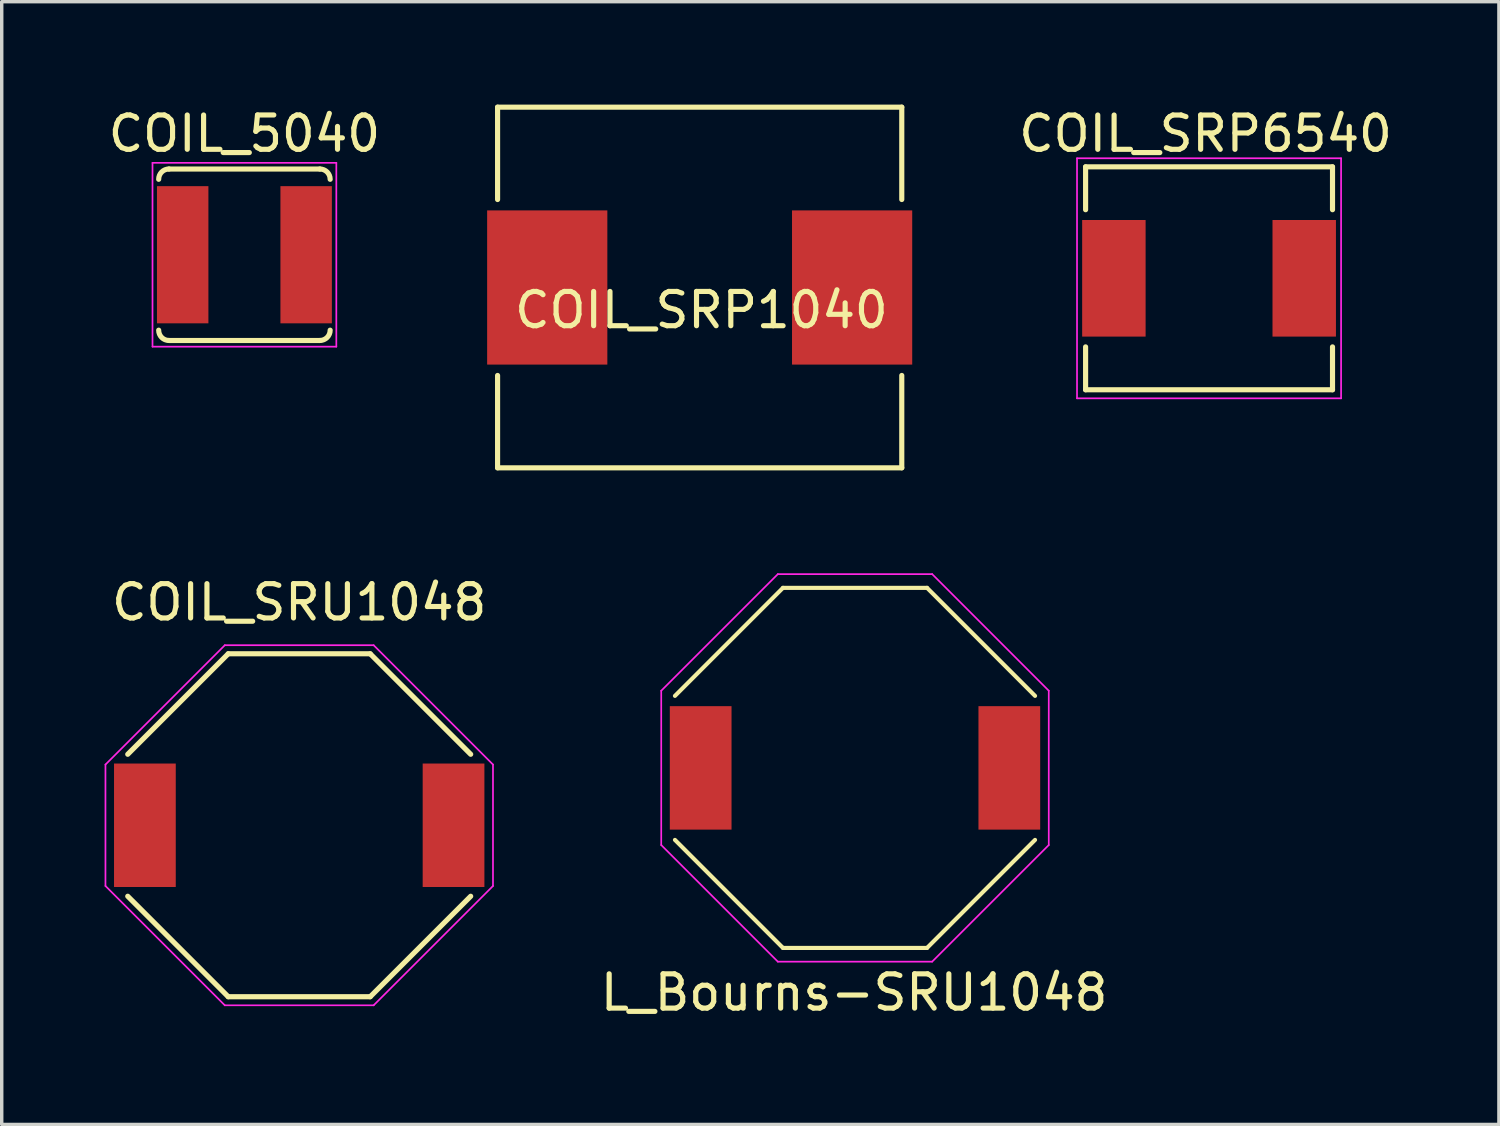
<source format=kicad_pcb>
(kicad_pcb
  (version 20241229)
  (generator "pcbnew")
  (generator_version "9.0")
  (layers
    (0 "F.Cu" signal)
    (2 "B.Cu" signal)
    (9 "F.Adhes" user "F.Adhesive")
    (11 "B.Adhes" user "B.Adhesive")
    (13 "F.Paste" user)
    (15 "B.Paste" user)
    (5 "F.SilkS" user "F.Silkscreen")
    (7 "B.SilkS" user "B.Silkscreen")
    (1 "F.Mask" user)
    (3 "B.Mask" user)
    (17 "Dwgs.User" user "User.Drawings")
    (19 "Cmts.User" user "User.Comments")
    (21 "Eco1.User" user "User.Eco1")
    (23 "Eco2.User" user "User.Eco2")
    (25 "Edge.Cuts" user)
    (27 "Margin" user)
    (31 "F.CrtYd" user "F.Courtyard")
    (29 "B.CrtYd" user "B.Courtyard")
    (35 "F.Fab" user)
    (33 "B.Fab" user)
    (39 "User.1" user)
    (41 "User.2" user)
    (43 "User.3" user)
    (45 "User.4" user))
  (footprint "COIL_SRU1048"
    (layer "F.Cu")
    (at 5.675 21.014)
    (property "Reference" "COIL_SRU1048" (at 0 -6.5 0) (layer "F.SilkS") (effects (font (size 1 1) (thickness 0.15))))
    (attr through_hole)
    (fp_line (start -5 2.07) (end -2.07 5) (stroke (width 0.15) (type solid)) (layer "F.SilkS"))
    (fp_line (start -2.07 -5) (end -5 -2.07) (stroke (width 0.15) (type solid)) (layer "F.SilkS"))
    (fp_line (start -2.07 -5) (end 2.07 -5) (stroke (width 0.15) (type solid)) (layer "F.SilkS"))
    (fp_line (start -2.07 5) (end 2.07 5) (stroke (width 0.15) (type solid)) (layer "F.SilkS"))
    (fp_line (start 2.07 -5) (end 5 -2.07) (stroke (width 0.15) (type solid)) (layer "F.SilkS"))
    (fp_line (start 5 2.07) (end 2.07 5) (stroke (width 0.15) (type solid)) (layer "F.SilkS"))
    (fp_line (start -5.65 -1.77) (end -5.65 1.77) (stroke (width 0.05) (type solid)) (layer "F.CrtYd"))
    (fp_line (start -5.65 1.77) (end -2.17 5.25) (stroke (width 0.05) (type solid)) (layer "F.CrtYd"))
    (fp_line (start -2.17 -5.25) (end -5.65 -1.77) (stroke (width 0.05) (type solid)) (layer "F.CrtYd"))
    (fp_line (start -2.17 5.25) (end 2.17 5.25) (stroke (width 0.05) (type solid)) (layer "F.CrtYd"))
    (fp_line (start 2.17 -5.25) (end -2.17 -5.25) (stroke (width 0.05) (type solid)) (layer "F.CrtYd"))
    (fp_line (start 2.17 -5.25) (end 5.65 -1.77) (stroke (width 0.05) (type solid)) (layer "F.CrtYd"))
    (fp_line (start 2.17 5.25) (end 5.65 1.77) (stroke (width 0.05) (type solid)) (layer "F.CrtYd"))
    (fp_line (start 5.65 1.77) (end 5.65 -1.77) (stroke (width 0.05) (type solid)) (layer "F.CrtYd"))
    (pad "1" smd rect (at -4.5 0) (size 1.8 3.6) (layers "F.Cu" "F.Mask" "F.Paste"))
    (pad "2" smd rect (at 4.5 0) (size 1.8 3.6) (layers "F.Cu" "F.Mask" "F.Paste")))
  (footprint "COIL_SRP1040"
    (layer "F.Cu")
    (at 17.352 5.333)
    (property "Reference" "COIL_SRP1040" (at 0.051 0.66 0) (layer "F.SilkS") (effects (font (size 1 1) (thickness 0.15))))
    (attr through_hole)
    (fp_line (start -5.893 -5.258) (end -5.893 -2.565) (stroke (width 0.15) (type solid)) (layer "F.SilkS"))
    (fp_line (start -5.893 -5.258) (end 5.893 -5.258) (stroke (width 0.15) (type solid)) (layer "F.SilkS"))
    (fp_line (start -5.893 2.565) (end -5.893 5.258) (stroke (width 0.15) (type solid)) (layer "F.SilkS"))
    (fp_line (start -5.893 5.258) (end 5.893 5.258) (stroke (width 0.15) (type solid)) (layer "F.SilkS"))
    (fp_line (start 5.893 -5.258) (end 5.893 -2.565) (stroke (width 0.15) (type solid)) (layer "F.SilkS"))
    (fp_line (start 5.893 2.565) (end 5.893 5.258) (stroke (width 0.15) (type solid)) (layer "F.SilkS"))
    (pad "1" smd rect (at -4.445 0) (size 3.505 4.496) (layers "F.Cu" "F.Mask" "F.Paste"))
    (pad "2" smd rect (at 4.445 0) (size 3.505 4.496) (layers "F.Cu" "F.Mask" "F.Paste")))
  (footprint "L_Bourns-SRU1048"
    (layer "F.Cu")
    (at 21.881 19.341)
    (property "Reference" "L_Bourns-SRU1048" (at -0.025 6.55 0) (layer "F.SilkS") (effects (font (size 1 1) (thickness 0.15))))
    (attr smd)
    (fp_line (start -5.25 2.1) (end -2.1 5.25) (stroke (width 0.12) (type solid)) (layer "F.SilkS"))
    (fp_line (start -2.1 -5.25) (end -5.25 -2.1) (stroke (width 0.12) (type solid)) (layer "F.SilkS"))
    (fp_line (start -2.1 -5.25) (end 2.1 -5.25) (stroke (width 0.12) (type solid)) (layer "F.SilkS"))
    (fp_line (start 2.1 5.25) (end -2.1 5.25) (stroke (width 0.12) (type solid)) (layer "F.SilkS"))
    (fp_line (start 2.1 5.25) (end 5.25 2.1) (stroke (width 0.12) (type solid)) (layer "F.SilkS"))
    (fp_line (start 5.25 -2.1) (end 2.1 -5.25) (stroke (width 0.12) (type solid)) (layer "F.SilkS"))
    (fp_line (start -5.65 -2.25) (end -5.65 2.25) (stroke (width 0.05) (type solid)) (layer "F.CrtYd"))
    (fp_line (start -5.65 -2.25) (end -2.25 -5.65) (stroke (width 0.05) (type solid)) (layer "F.CrtYd"))
    (fp_line (start -5.65 2.25) (end -2.25 5.65) (stroke (width 0.05) (type solid)) (layer "F.CrtYd"))
    (fp_line (start -2.25 -5.65) (end 2.25 -5.65) (stroke (width 0.05) (type solid)) (layer "F.CrtYd"))
    (fp_line (start -2.25 5.65) (end 2.25 5.65) (stroke (width 0.05) (type solid)) (layer "F.CrtYd"))
    (fp_line (start 2.25 5.65) (end 5.65 2.25) (stroke (width 0.05) (type solid)) (layer "F.CrtYd"))
    (fp_line (start 5.65 -2.25) (end 2.25 -5.65) (stroke (width 0.05) (type solid)) (layer "F.CrtYd"))
    (fp_line (start 5.65 -2.25) (end 5.65 2.25) (stroke (width 0.05) (type solid)) (layer "F.CrtYd"))
    (pad "1" smd rect (at -4.5 0) (size 1.8 3.6) (layers "F.Cu" "F.Mask" "F.Paste"))
    (pad "2" smd rect (at 4.5 0) (size 1.8 3.6) (layers "F.Cu" "F.Mask" "F.Paste")))
  (footprint "COIL_SRP6540"
    (layer "F.Cu")
    (at 32.205 5.065)
    (property "Reference" "COIL_SRP6540" (at -0.102 -4.216 0) (layer "F.SilkS") (effects (font (size 1 1) (thickness 0.15))))
    (attr through_hole)
    (fp_line (start -3.6 -3.25) (end -3.6 -2) (stroke (width 0.15) (type solid)) (layer "F.SilkS"))
    (fp_line (start -3.6 -3.25) (end 3.6 -3.25) (stroke (width 0.15) (type solid)) (layer "F.SilkS"))
    (fp_line (start -3.6 2) (end -3.6 3.25) (stroke (width 0.15) (type solid)) (layer "F.SilkS"))
    (fp_line (start -3.6 3.25) (end 3.6 3.25) (stroke (width 0.15) (type solid)) (layer "F.SilkS"))
    (fp_line (start 3.6 -2) (end 3.6 -3.25) (stroke (width 0.15) (type solid)) (layer "F.SilkS"))
    (fp_line (start 3.6 2) (end 3.6 3.25) (stroke (width 0.15) (type solid)) (layer "F.SilkS"))
    (fp_line (start -3.85 -3.5) (end -3.85 3.5) (stroke (width 0.05) (type solid)) (layer "F.CrtYd"))
    (fp_line (start -3.85 3.5) (end 3.85 3.5) (stroke (width 0.05) (type solid)) (layer "F.CrtYd"))
    (fp_line (start 3.85 -3.5) (end -3.85 -3.5) (stroke (width 0.05) (type solid)) (layer "F.CrtYd"))
    (fp_line (start 3.85 3.5) (end 3.85 -3.5) (stroke (width 0.05) (type solid)) (layer "F.CrtYd"))
    (pad "1" smd rect (at -2.775 0) (size 1.85 3.4) (layers "F.Cu" "F.Mask" "F.Paste"))
    (pad "2" smd rect (at 2.775 0) (size 1.85 3.4) (layers "F.Cu" "F.Mask" "F.Paste")))
  (footprint "COIL_5040"
    (layer "F.Cu")
    (at 4.077 4.378)
    (property "Reference" "COIL_5040" (at 0 -3.53 0) (layer "F.SilkS") (effects (font (size 1 1) (thickness 0.15))))
    (attr through_hole)
    (fp_line (start -2.2 -2.5) (end 2.2 -2.5) (stroke (width 0.15) (type solid)) (layer "F.SilkS"))
    (fp_line (start -2.2 2.5) (end 2.2 2.5) (stroke (width 0.15) (type solid)) (layer "F.SilkS"))
    (fp_arc (start -2.5 -2.2) (mid -2.412132 -2.412132) (end -2.2 -2.5) (stroke (width 0.15) (type solid)) (layer "F.SilkS"))
    (fp_arc (start -2.2 2.5) (mid -2.412132 2.412132) (end -2.5 2.2) (stroke (width 0.15) (type solid)) (layer "F.SilkS"))
    (fp_arc (start 2.2 -2.5) (mid 2.412132 -2.412132) (end 2.5 -2.2) (stroke (width 0.15) (type solid)) (layer "F.SilkS"))
    (fp_arc (start 2.5 2.2) (mid 2.412132 2.412132) (end 2.2 2.5) (stroke (width 0.15) (type solid)) (layer "F.SilkS"))
    (fp_line (start -2.68 -2.68) (end -2.68 2.68) (stroke (width 0.05) (type solid)) (layer "F.CrtYd"))
    (fp_line (start -2.68 -2.68) (end 2.68 -2.68) (stroke (width 0.05) (type solid)) (layer "F.CrtYd"))
    (fp_line (start -2.68 2.68) (end 2.68 2.68) (stroke (width 0.05) (type solid)) (layer "F.CrtYd"))
    (fp_line (start 2.68 2.68) (end 2.68 -2.68) (stroke (width 0.05) (type solid)) (layer "F.CrtYd"))
    (pad "1" smd rect (at -1.8 0) (size 1.5 4) (layers "F.Cu" "F.Mask" "F.Paste"))
    (pad "2" smd rect (at 1.8 0) (size 1.5 4) (layers "F.Cu" "F.Mask" "F.Paste")))
  (gr_rect
    (start -3 -3)
    (end 40.657 29.739)
    (stroke (width 0.1) (type default))
    (fill no)
    (layer "Edge.Cuts")))
</source>
